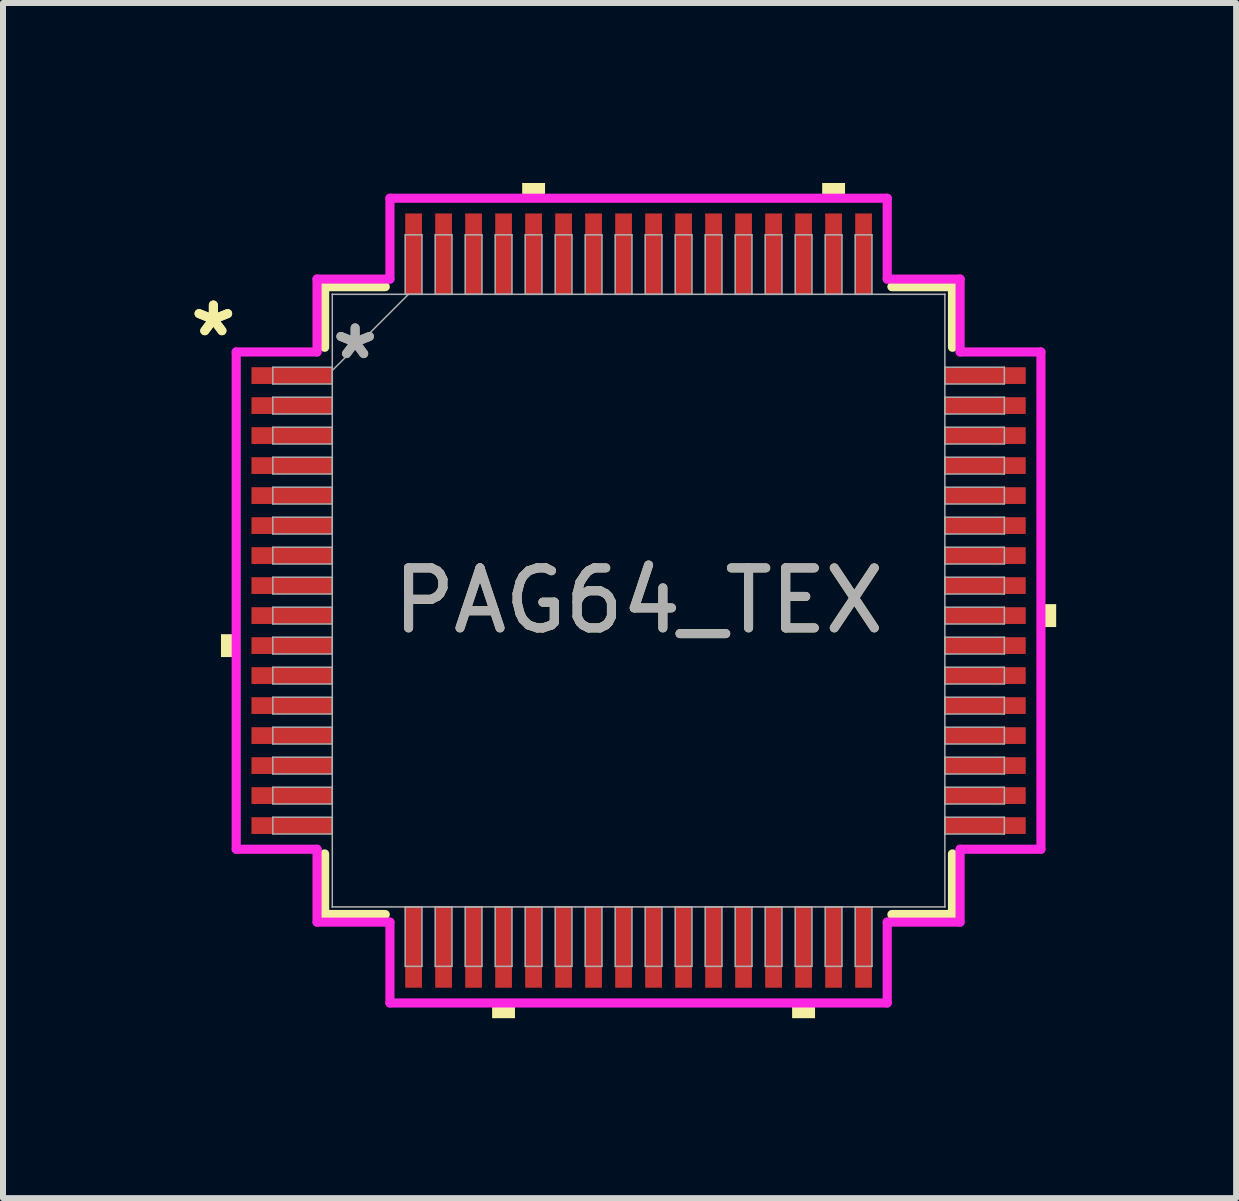
<source format=kicad_pcb>
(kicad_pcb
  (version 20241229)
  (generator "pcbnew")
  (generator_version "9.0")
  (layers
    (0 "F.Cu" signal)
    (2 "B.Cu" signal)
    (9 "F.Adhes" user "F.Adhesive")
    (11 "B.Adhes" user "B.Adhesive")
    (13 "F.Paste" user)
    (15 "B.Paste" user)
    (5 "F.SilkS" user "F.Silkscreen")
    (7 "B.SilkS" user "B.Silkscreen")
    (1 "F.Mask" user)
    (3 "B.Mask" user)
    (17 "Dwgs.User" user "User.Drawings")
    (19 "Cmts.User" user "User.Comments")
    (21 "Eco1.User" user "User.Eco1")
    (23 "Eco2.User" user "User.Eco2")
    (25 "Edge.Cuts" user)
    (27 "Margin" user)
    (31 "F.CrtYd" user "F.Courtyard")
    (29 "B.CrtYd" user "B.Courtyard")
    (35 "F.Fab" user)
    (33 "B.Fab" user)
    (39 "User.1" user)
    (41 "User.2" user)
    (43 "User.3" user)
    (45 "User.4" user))
  (footprint "PAG64_TEX"
    (layer "F.Cu")
    (at 7.593 6.96)
    (property "Reference" "PAG64_TEX" (at 0 0 0) (unlocked yes) (layer "F.SilkS") (effects (font (size 1 1) (thickness 0.15))))
    (attr smd)
    (fp_line (start -5.232 -5.232) (end -5.232 -4.222) (stroke (width 0.152) (type solid)) (layer "F.SilkS"))
    (fp_line (start -5.232 4.222) (end -5.232 5.232) (stroke (width 0.152) (type solid)) (layer "F.SilkS"))
    (fp_line (start -5.232 5.232) (end -4.222 5.232) (stroke (width 0.152) (type solid)) (layer "F.SilkS"))
    (fp_line (start -4.222 -5.232) (end -5.232 -5.232) (stroke (width 0.152) (type solid)) (layer "F.SilkS"))
    (fp_line (start 4.222 5.232) (end 5.232 5.232) (stroke (width 0.152) (type solid)) (layer "F.SilkS"))
    (fp_line (start 5.232 -5.232) (end 4.222 -5.232) (stroke (width 0.152) (type solid)) (layer "F.SilkS"))
    (fp_line (start 5.232 -4.222) (end 5.232 -5.232) (stroke (width 0.152) (type solid)) (layer "F.SilkS"))
    (fp_line (start 5.232 5.232) (end 5.232 4.222) (stroke (width 0.152) (type solid)) (layer "F.SilkS"))
    (fp_poly (pts (xy -6.96 0.56) (xy -6.96 0.941) (xy -6.706 0.941) (xy -6.706 0.56)) (stroke (width 0) (type solid)) (fill yes) (layer "F.SilkS"))
    (fp_poly (pts (xy -2.441 6.706) (xy -2.441 6.96) (xy -2.06 6.96) (xy -2.06 6.706)) (stroke (width 0) (type solid)) (fill yes) (layer "F.SilkS"))
    (fp_poly (pts (xy -1.94 -6.706) (xy -1.94 -6.96) (xy -1.559 -6.96) (xy -1.559 -6.706)) (stroke (width 0) (type solid)) (fill yes) (layer "F.SilkS"))
    (fp_poly (pts (xy 2.559 6.706) (xy 2.559 6.96) (xy 2.941 6.96) (xy 2.941 6.706)) (stroke (width 0) (type solid)) (fill yes) (layer "F.SilkS"))
    (fp_poly (pts (xy 3.06 -6.706) (xy 3.06 -6.96) (xy 3.441 -6.96) (xy 3.441 -6.706)) (stroke (width 0) (type solid)) (fill yes) (layer "F.SilkS"))
    (fp_poly (pts (xy 6.96 0.059) (xy 6.96 0.441) (xy 6.706 0.441) (xy 6.706 0.059)) (stroke (width 0) (type solid)) (fill yes) (layer "F.SilkS"))
    (fp_line (start -6.706 -4.144) (end -5.359 -4.144) (stroke (width 0.152) (type solid)) (layer "F.CrtYd"))
    (fp_line (start -6.706 4.144) (end -6.706 -4.144) (stroke (width 0.152) (type solid)) (layer "F.CrtYd"))
    (fp_line (start -5.359 -5.359) (end -4.144 -5.359) (stroke (width 0.152) (type solid)) (layer "F.CrtYd"))
    (fp_line (start -5.359 -4.144) (end -5.359 -5.359) (stroke (width 0.152) (type solid)) (layer "F.CrtYd"))
    (fp_line (start -5.359 4.144) (end -6.706 4.144) (stroke (width 0.152) (type solid)) (layer "F.CrtYd"))
    (fp_line (start -5.359 5.359) (end -5.359 4.144) (stroke (width 0.152) (type solid)) (layer "F.CrtYd"))
    (fp_line (start -5.359 5.359) (end -4.144 5.359) (stroke (width 0.152) (type solid)) (layer "F.CrtYd"))
    (fp_line (start -4.144 -6.706) (end 4.144 -6.706) (stroke (width 0.152) (type solid)) (layer "F.CrtYd"))
    (fp_line (start -4.144 -5.359) (end -4.144 -6.706) (stroke (width 0.152) (type solid)) (layer "F.CrtYd"))
    (fp_line (start -4.144 5.359) (end -4.144 6.706) (stroke (width 0.152) (type solid)) (layer "F.CrtYd"))
    (fp_line (start -4.144 6.706) (end 4.144 6.706) (stroke (width 0.152) (type solid)) (layer "F.CrtYd"))
    (fp_line (start 4.144 -6.706) (end 4.144 -5.359) (stroke (width 0.152) (type solid)) (layer "F.CrtYd"))
    (fp_line (start 4.144 -5.359) (end 5.359 -5.359) (stroke (width 0.152) (type solid)) (layer "F.CrtYd"))
    (fp_line (start 4.144 5.359) (end 5.359 5.359) (stroke (width 0.152) (type solid)) (layer "F.CrtYd"))
    (fp_line (start 4.144 6.706) (end 4.144 5.359) (stroke (width 0.152) (type solid)) (layer "F.CrtYd"))
    (fp_line (start 5.359 -4.144) (end 5.359 -5.359) (stroke (width 0.152) (type solid)) (layer "F.CrtYd"))
    (fp_line (start 5.359 4.144) (end 6.706 4.144) (stroke (width 0.152) (type solid)) (layer "F.CrtYd"))
    (fp_line (start 5.359 5.359) (end 5.359 4.144) (stroke (width 0.152) (type solid)) (layer "F.CrtYd"))
    (fp_line (start 6.706 -4.144) (end 5.359 -4.144) (stroke (width 0.152) (type solid)) (layer "F.CrtYd"))
    (fp_line (start 6.706 4.144) (end 6.706 -4.144) (stroke (width 0.152) (type solid)) (layer "F.CrtYd"))
    (fp_line (start -6.096 -3.89) (end -6.096 -3.61) (stroke (width 0.025) (type solid)) (layer "F.Fab"))
    (fp_line (start -6.096 -3.61) (end -5.105 -3.61) (stroke (width 0.025) (type solid)) (layer "F.Fab"))
    (fp_line (start -6.096 -3.39) (end -6.096 -3.11) (stroke (width 0.025) (type solid)) (layer "F.Fab"))
    (fp_line (start -6.096 -3.11) (end -5.105 -3.11) (stroke (width 0.025) (type solid)) (layer "F.Fab"))
    (fp_line (start -6.096 -2.89) (end -6.096 -2.61) (stroke (width 0.025) (type solid)) (layer "F.Fab"))
    (fp_line (start -6.096 -2.61) (end -5.105 -2.61) (stroke (width 0.025) (type solid)) (layer "F.Fab"))
    (fp_line (start -6.096 -2.39) (end -6.096 -2.11) (stroke (width 0.025) (type solid)) (layer "F.Fab"))
    (fp_line (start -6.096 -2.11) (end -5.105 -2.11) (stroke (width 0.025) (type solid)) (layer "F.Fab"))
    (fp_line (start -6.096 -1.89) (end -6.096 -1.61) (stroke (width 0.025) (type solid)) (layer "F.Fab"))
    (fp_line (start -6.096 -1.61) (end -5.105 -1.61) (stroke (width 0.025) (type solid)) (layer "F.Fab"))
    (fp_line (start -6.096 -1.39) (end -6.096 -1.11) (stroke (width 0.025) (type solid)) (layer "F.Fab"))
    (fp_line (start -6.096 -1.11) (end -5.105 -1.11) (stroke (width 0.025) (type solid)) (layer "F.Fab"))
    (fp_line (start -6.096 -0.89) (end -6.096 -0.61) (stroke (width 0.025) (type solid)) (layer "F.Fab"))
    (fp_line (start -6.096 -0.61) (end -5.105 -0.61) (stroke (width 0.025) (type solid)) (layer "F.Fab"))
    (fp_line (start -6.096 -0.39) (end -6.096 -0.11) (stroke (width 0.025) (type solid)) (layer "F.Fab"))
    (fp_line (start -6.096 -0.11) (end -5.105 -0.11) (stroke (width 0.025) (type solid)) (layer "F.Fab"))
    (fp_line (start -6.096 0.11) (end -6.096 0.39) (stroke (width 0.025) (type solid)) (layer "F.Fab"))
    (fp_line (start -6.096 0.39) (end -5.105 0.39) (stroke (width 0.025) (type solid)) (layer "F.Fab"))
    (fp_line (start -6.096 0.61) (end -6.096 0.89) (stroke (width 0.025) (type solid)) (layer "F.Fab"))
    (fp_line (start -6.096 0.89) (end -5.105 0.89) (stroke (width 0.025) (type solid)) (layer "F.Fab"))
    (fp_line (start -6.096 1.11) (end -6.096 1.39) (stroke (width 0.025) (type solid)) (layer "F.Fab"))
    (fp_line (start -6.096 1.39) (end -5.105 1.39) (stroke (width 0.025) (type solid)) (layer "F.Fab"))
    (fp_line (start -6.096 1.61) (end -6.096 1.89) (stroke (width 0.025) (type solid)) (layer "F.Fab"))
    (fp_line (start -6.096 1.89) (end -5.105 1.89) (stroke (width 0.025) (type solid)) (layer "F.Fab"))
    (fp_line (start -6.096 2.11) (end -6.096 2.39) (stroke (width 0.025) (type solid)) (layer "F.Fab"))
    (fp_line (start -6.096 2.39) (end -5.105 2.39) (stroke (width 0.025) (type solid)) (layer "F.Fab"))
    (fp_line (start -6.096 2.61) (end -6.096 2.89) (stroke (width 0.025) (type solid)) (layer "F.Fab"))
    (fp_line (start -6.096 2.89) (end -5.105 2.89) (stroke (width 0.025) (type solid)) (layer "F.Fab"))
    (fp_line (start -6.096 3.11) (end -6.096 3.39) (stroke (width 0.025) (type solid)) (layer "F.Fab"))
    (fp_line (start -6.096 3.39) (end -5.105 3.39) (stroke (width 0.025) (type solid)) (layer "F.Fab"))
    (fp_line (start -6.096 3.61) (end -6.096 3.89) (stroke (width 0.025) (type solid)) (layer "F.Fab"))
    (fp_line (start -6.096 3.89) (end -5.105 3.89) (stroke (width 0.025) (type solid)) (layer "F.Fab"))
    (fp_line (start -5.105 -5.105) (end -5.105 -5.105) (stroke (width 0.025) (type solid)) (layer "F.Fab"))
    (fp_line (start -5.105 -5.105) (end -5.105 5.105) (stroke (width 0.025) (type solid)) (layer "F.Fab"))
    (fp_line (start -5.105 -3.89) (end -6.096 -3.89) (stroke (width 0.025) (type solid)) (layer "F.Fab"))
    (fp_line (start -5.105 -3.835) (end -3.835 -5.105) (stroke (width 0.025) (type solid)) (layer "F.Fab"))
    (fp_line (start -5.105 -3.61) (end -5.105 -3.89) (stroke (width 0.025) (type solid)) (layer "F.Fab"))
    (fp_line (start -5.105 -3.39) (end -6.096 -3.39) (stroke (width 0.025) (type solid)) (layer "F.Fab"))
    (fp_line (start -5.105 -3.11) (end -5.105 -3.39) (stroke (width 0.025) (type solid)) (layer "F.Fab"))
    (fp_line (start -5.105 -2.89) (end -6.096 -2.89) (stroke (width 0.025) (type solid)) (layer "F.Fab"))
    (fp_line (start -5.105 -2.61) (end -5.105 -2.89) (stroke (width 0.025) (type solid)) (layer "F.Fab"))
    (fp_line (start -5.105 -2.39) (end -6.096 -2.39) (stroke (width 0.025) (type solid)) (layer "F.Fab"))
    (fp_line (start -5.105 -2.11) (end -5.105 -2.39) (stroke (width 0.025) (type solid)) (layer "F.Fab"))
    (fp_line (start -5.105 -1.89) (end -6.096 -1.89) (stroke (width 0.025) (type solid)) (layer "F.Fab"))
    (fp_line (start -5.105 -1.61) (end -5.105 -1.89) (stroke (width 0.025) (type solid)) (layer "F.Fab"))
    (fp_line (start -5.105 -1.39) (end -6.096 -1.39) (stroke (width 0.025) (type solid)) (layer "F.Fab"))
    (fp_line (start -5.105 -1.11) (end -5.105 -1.39) (stroke (width 0.025) (type solid)) (layer "F.Fab"))
    (fp_line (start -5.105 -0.89) (end -6.096 -0.89) (stroke (width 0.025) (type solid)) (layer "F.Fab"))
    (fp_line (start -5.105 -0.61) (end -5.105 -0.89) (stroke (width 0.025) (type solid)) (layer "F.Fab"))
    (fp_line (start -5.105 -0.39) (end -6.096 -0.39) (stroke (width 0.025) (type solid)) (layer "F.Fab"))
    (fp_line (start -5.105 -0.11) (end -5.105 -0.39) (stroke (width 0.025) (type solid)) (layer "F.Fab"))
    (fp_line (start -5.105 0.11) (end -6.096 0.11) (stroke (width 0.025) (type solid)) (layer "F.Fab"))
    (fp_line (start -5.105 0.39) (end -5.105 0.11) (stroke (width 0.025) (type solid)) (layer "F.Fab"))
    (fp_line (start -5.105 0.61) (end -6.096 0.61) (stroke (width 0.025) (type solid)) (layer "F.Fab"))
    (fp_line (start -5.105 0.89) (end -5.105 0.61) (stroke (width 0.025) (type solid)) (layer "F.Fab"))
    (fp_line (start -5.105 1.11) (end -6.096 1.11) (stroke (width 0.025) (type solid)) (layer "F.Fab"))
    (fp_line (start -5.105 1.39) (end -5.105 1.11) (stroke (width 0.025) (type solid)) (layer "F.Fab"))
    (fp_line (start -5.105 1.61) (end -6.096 1.61) (stroke (width 0.025) (type solid)) (layer "F.Fab"))
    (fp_line (start -5.105 1.89) (end -5.105 1.61) (stroke (width 0.025) (type solid)) (layer "F.Fab"))
    (fp_line (start -5.105 2.11) (end -6.096 2.11) (stroke (width 0.025) (type solid)) (layer "F.Fab"))
    (fp_line (start -5.105 2.39) (end -5.105 2.11) (stroke (width 0.025) (type solid)) (layer "F.Fab"))
    (fp_line (start -5.105 2.61) (end -6.096 2.61) (stroke (width 0.025) (type solid)) (layer "F.Fab"))
    (fp_line (start -5.105 2.89) (end -5.105 2.61) (stroke (width 0.025) (type solid)) (layer "F.Fab"))
    (fp_line (start -5.105 3.11) (end -6.096 3.11) (stroke (width 0.025) (type solid)) (layer "F.Fab"))
    (fp_line (start -5.105 3.39) (end -5.105 3.11) (stroke (width 0.025) (type solid)) (layer "F.Fab"))
    (fp_line (start -5.105 3.61) (end -6.096 3.61) (stroke (width 0.025) (type solid)) (layer "F.Fab"))
    (fp_line (start -5.105 3.89) (end -5.105 3.61) (stroke (width 0.025) (type solid)) (layer "F.Fab"))
    (fp_line (start -5.105 5.105) (end -5.105 5.105) (stroke (width 0.025) (type solid)) (layer "F.Fab"))
    (fp_line (start -5.105 5.105) (end 5.105 5.105) (stroke (width 0.025) (type solid)) (layer "F.Fab"))
    (fp_line (start -3.89 -6.096) (end -3.89 -5.105) (stroke (width 0.025) (type solid)) (layer "F.Fab"))
    (fp_line (start -3.89 -5.105) (end -3.61 -5.105) (stroke (width 0.025) (type solid)) (layer "F.Fab"))
    (fp_line (start -3.89 5.105) (end -3.89 6.096) (stroke (width 0.025) (type solid)) (layer "F.Fab"))
    (fp_line (start -3.89 6.096) (end -3.61 6.096) (stroke (width 0.025) (type solid)) (layer "F.Fab"))
    (fp_line (start -3.61 -6.096) (end -3.89 -6.096) (stroke (width 0.025) (type solid)) (layer "F.Fab"))
    (fp_line (start -3.61 -5.105) (end -3.61 -6.096) (stroke (width 0.025) (type solid)) (layer "F.Fab"))
    (fp_line (start -3.61 5.105) (end -3.89 5.105) (stroke (width 0.025) (type solid)) (layer "F.Fab"))
    (fp_line (start -3.61 6.096) (end -3.61 5.105) (stroke (width 0.025) (type solid)) (layer "F.Fab"))
    (fp_line (start -3.39 -6.096) (end -3.39 -5.105) (stroke (width 0.025) (type solid)) (layer "F.Fab"))
    (fp_line (start -3.39 -5.105) (end -3.11 -5.105) (stroke (width 0.025) (type solid)) (layer "F.Fab"))
    (fp_line (start -3.39 5.105) (end -3.39 6.096) (stroke (width 0.025) (type solid)) (layer "F.Fab"))
    (fp_line (start -3.39 6.096) (end -3.11 6.096) (stroke (width 0.025) (type solid)) (layer "F.Fab"))
    (fp_line (start -3.11 -6.096) (end -3.39 -6.096) (stroke (width 0.025) (type solid)) (layer "F.Fab"))
    (fp_line (start -3.11 -5.105) (end -3.11 -6.096) (stroke (width 0.025) (type solid)) (layer "F.Fab"))
    (fp_line (start -3.11 5.105) (end -3.39 5.105) (stroke (width 0.025) (type solid)) (layer "F.Fab"))
    (fp_line (start -3.11 6.096) (end -3.11 5.105) (stroke (width 0.025) (type solid)) (layer "F.Fab"))
    (fp_line (start -2.89 -6.096) (end -2.89 -5.105) (stroke (width 0.025) (type solid)) (layer "F.Fab"))
    (fp_line (start -2.89 -5.105) (end -2.61 -5.105) (stroke (width 0.025) (type solid)) (layer "F.Fab"))
    (fp_line (start -2.89 5.105) (end -2.89 6.096) (stroke (width 0.025) (type solid)) (layer "F.Fab"))
    (fp_line (start -2.89 6.096) (end -2.61 6.096) (stroke (width 0.025) (type solid)) (layer "F.Fab"))
    (fp_line (start -2.61 -6.096) (end -2.89 -6.096) (stroke (width 0.025) (type solid)) (layer "F.Fab"))
    (fp_line (start -2.61 -5.105) (end -2.61 -6.096) (stroke (width 0.025) (type solid)) (layer "F.Fab"))
    (fp_line (start -2.61 5.105) (end -2.89 5.105) (stroke (width 0.025) (type solid)) (layer "F.Fab"))
    (fp_line (start -2.61 6.096) (end -2.61 5.105) (stroke (width 0.025) (type solid)) (layer "F.Fab"))
    (fp_line (start -2.39 -6.096) (end -2.39 -5.105) (stroke (width 0.025) (type solid)) (layer "F.Fab"))
    (fp_line (start -2.39 -5.105) (end -2.11 -5.105) (stroke (width 0.025) (type solid)) (layer "F.Fab"))
    (fp_line (start -2.39 5.105) (end -2.39 6.096) (stroke (width 0.025) (type solid)) (layer "F.Fab"))
    (fp_line (start -2.39 6.096) (end -2.11 6.096) (stroke (width 0.025) (type solid)) (layer "F.Fab"))
    (fp_line (start -2.11 -6.096) (end -2.39 -6.096) (stroke (width 0.025) (type solid)) (layer "F.Fab"))
    (fp_line (start -2.11 -5.105) (end -2.11 -6.096) (stroke (width 0.025) (type solid)) (layer "F.Fab"))
    (fp_line (start -2.11 5.105) (end -2.39 5.105) (stroke (width 0.025) (type solid)) (layer "F.Fab"))
    (fp_line (start -2.11 6.096) (end -2.11 5.105) (stroke (width 0.025) (type solid)) (layer "F.Fab"))
    (fp_line (start -1.89 -6.096) (end -1.89 -5.105) (stroke (width 0.025) (type solid)) (layer "F.Fab"))
    (fp_line (start -1.89 -5.105) (end -1.61 -5.105) (stroke (width 0.025) (type solid)) (layer "F.Fab"))
    (fp_line (start -1.89 5.105) (end -1.89 6.096) (stroke (width 0.025) (type solid)) (layer "F.Fab"))
    (fp_line (start -1.89 6.096) (end -1.61 6.096) (stroke (width 0.025) (type solid)) (layer "F.Fab"))
    (fp_line (start -1.61 -6.096) (end -1.89 -6.096) (stroke (width 0.025) (type solid)) (layer "F.Fab"))
    (fp_line (start -1.61 -5.105) (end -1.61 -6.096) (stroke (width 0.025) (type solid)) (layer "F.Fab"))
    (fp_line (start -1.61 5.105) (end -1.89 5.105) (stroke (width 0.025) (type solid)) (layer "F.Fab"))
    (fp_line (start -1.61 6.096) (end -1.61 5.105) (stroke (width 0.025) (type solid)) (layer "F.Fab"))
    (fp_line (start -1.39 -6.096) (end -1.39 -5.105) (stroke (width 0.025) (type solid)) (layer "F.Fab"))
    (fp_line (start -1.39 -5.105) (end -1.11 -5.105) (stroke (width 0.025) (type solid)) (layer "F.Fab"))
    (fp_line (start -1.39 5.105) (end -1.39 6.096) (stroke (width 0.025) (type solid)) (layer "F.Fab"))
    (fp_line (start -1.39 6.096) (end -1.11 6.096) (stroke (width 0.025) (type solid)) (layer "F.Fab"))
    (fp_line (start -1.11 -6.096) (end -1.39 -6.096) (stroke (width 0.025) (type solid)) (layer "F.Fab"))
    (fp_line (start -1.11 -5.105) (end -1.11 -6.096) (stroke (width 0.025) (type solid)) (layer "F.Fab"))
    (fp_line (start -1.11 5.105) (end -1.39 5.105) (stroke (width 0.025) (type solid)) (layer "F.Fab"))
    (fp_line (start -1.11 6.096) (end -1.11 5.105) (stroke (width 0.025) (type solid)) (layer "F.Fab"))
    (fp_line (start -0.89 -6.096) (end -0.89 -5.105) (stroke (width 0.025) (type solid)) (layer "F.Fab"))
    (fp_line (start -0.89 -5.105) (end -0.61 -5.105) (stroke (width 0.025) (type solid)) (layer "F.Fab"))
    (fp_line (start -0.89 5.105) (end -0.89 6.096) (stroke (width 0.025) (type solid)) (layer "F.Fab"))
    (fp_line (start -0.89 6.096) (end -0.61 6.096) (stroke (width 0.025) (type solid)) (layer "F.Fab"))
    (fp_line (start -0.61 -6.096) (end -0.89 -6.096) (stroke (width 0.025) (type solid)) (layer "F.Fab"))
    (fp_line (start -0.61 -5.105) (end -0.61 -6.096) (stroke (width 0.025) (type solid)) (layer "F.Fab"))
    (fp_line (start -0.61 5.105) (end -0.89 5.105) (stroke (width 0.025) (type solid)) (layer "F.Fab"))
    (fp_line (start -0.61 6.096) (end -0.61 5.105) (stroke (width 0.025) (type solid)) (layer "F.Fab"))
    (fp_line (start -0.39 -6.096) (end -0.39 -5.105) (stroke (width 0.025) (type solid)) (layer "F.Fab"))
    (fp_line (start -0.39 -5.105) (end -0.11 -5.105) (stroke (width 0.025) (type solid)) (layer "F.Fab"))
    (fp_line (start -0.39 5.105) (end -0.39 6.096) (stroke (width 0.025) (type solid)) (layer "F.Fab"))
    (fp_line (start -0.39 6.096) (end -0.11 6.096) (stroke (width 0.025) (type solid)) (layer "F.Fab"))
    (fp_line (start -0.11 -6.096) (end -0.39 -6.096) (stroke (width 0.025) (type solid)) (layer "F.Fab"))
    (fp_line (start -0.11 -5.105) (end -0.11 -6.096) (stroke (width 0.025) (type solid)) (layer "F.Fab"))
    (fp_line (start -0.11 5.105) (end -0.39 5.105) (stroke (width 0.025) (type solid)) (layer "F.Fab"))
    (fp_line (start -0.11 6.096) (end -0.11 5.105) (stroke (width 0.025) (type solid)) (layer "F.Fab"))
    (fp_line (start 0.11 -6.096) (end 0.11 -5.105) (stroke (width 0.025) (type solid)) (layer "F.Fab"))
    (fp_line (start 0.11 -5.105) (end 0.39 -5.105) (stroke (width 0.025) (type solid)) (layer "F.Fab"))
    (fp_line (start 0.11 5.105) (end 0.11 6.096) (stroke (width 0.025) (type solid)) (layer "F.Fab"))
    (fp_line (start 0.11 6.096) (end 0.39 6.096) (stroke (width 0.025) (type solid)) (layer "F.Fab"))
    (fp_line (start 0.39 -6.096) (end 0.11 -6.096) (stroke (width 0.025) (type solid)) (layer "F.Fab"))
    (fp_line (start 0.39 -5.105) (end 0.39 -6.096) (stroke (width 0.025) (type solid)) (layer "F.Fab"))
    (fp_line (start 0.39 5.105) (end 0.11 5.105) (stroke (width 0.025) (type solid)) (layer "F.Fab"))
    (fp_line (start 0.39 6.096) (end 0.39 5.105) (stroke (width 0.025) (type solid)) (layer "F.Fab"))
    (fp_line (start 0.61 -6.096) (end 0.61 -5.105) (stroke (width 0.025) (type solid)) (layer "F.Fab"))
    (fp_line (start 0.61 -5.105) (end 0.89 -5.105) (stroke (width 0.025) (type solid)) (layer "F.Fab"))
    (fp_line (start 0.61 5.105) (end 0.61 6.096) (stroke (width 0.025) (type solid)) (layer "F.Fab"))
    (fp_line (start 0.61 6.096) (end 0.89 6.096) (stroke (width 0.025) (type solid)) (layer "F.Fab"))
    (fp_line (start 0.89 -6.096) (end 0.61 -6.096) (stroke (width 0.025) (type solid)) (layer "F.Fab"))
    (fp_line (start 0.89 -5.105) (end 0.89 -6.096) (stroke (width 0.025) (type solid)) (layer "F.Fab"))
    (fp_line (start 0.89 5.105) (end 0.61 5.105) (stroke (width 0.025) (type solid)) (layer "F.Fab"))
    (fp_line (start 0.89 6.096) (end 0.89 5.105) (stroke (width 0.025) (type solid)) (layer "F.Fab"))
    (fp_line (start 1.11 -6.096) (end 1.11 -5.105) (stroke (width 0.025) (type solid)) (layer "F.Fab"))
    (fp_line (start 1.11 -5.105) (end 1.39 -5.105) (stroke (width 0.025) (type solid)) (layer "F.Fab"))
    (fp_line (start 1.11 5.105) (end 1.11 6.096) (stroke (width 0.025) (type solid)) (layer "F.Fab"))
    (fp_line (start 1.11 6.096) (end 1.39 6.096) (stroke (width 0.025) (type solid)) (layer "F.Fab"))
    (fp_line (start 1.39 -6.096) (end 1.11 -6.096) (stroke (width 0.025) (type solid)) (layer "F.Fab"))
    (fp_line (start 1.39 -5.105) (end 1.39 -6.096) (stroke (width 0.025) (type solid)) (layer "F.Fab"))
    (fp_line (start 1.39 5.105) (end 1.11 5.105) (stroke (width 0.025) (type solid)) (layer "F.Fab"))
    (fp_line (start 1.39 6.096) (end 1.39 5.105) (stroke (width 0.025) (type solid)) (layer "F.Fab"))
    (fp_line (start 1.61 -6.096) (end 1.61 -5.105) (stroke (width 0.025) (type solid)) (layer "F.Fab"))
    (fp_line (start 1.61 -5.105) (end 1.89 -5.105) (stroke (width 0.025) (type solid)) (layer "F.Fab"))
    (fp_line (start 1.61 5.105) (end 1.61 6.096) (stroke (width 0.025) (type solid)) (layer "F.Fab"))
    (fp_line (start 1.61 6.096) (end 1.89 6.096) (stroke (width 0.025) (type solid)) (layer "F.Fab"))
    (fp_line (start 1.89 -6.096) (end 1.61 -6.096) (stroke (width 0.025) (type solid)) (layer "F.Fab"))
    (fp_line (start 1.89 -5.105) (end 1.89 -6.096) (stroke (width 0.025) (type solid)) (layer "F.Fab"))
    (fp_line (start 1.89 5.105) (end 1.61 5.105) (stroke (width 0.025) (type solid)) (layer "F.Fab"))
    (fp_line (start 1.89 6.096) (end 1.89 5.105) (stroke (width 0.025) (type solid)) (layer "F.Fab"))
    (fp_line (start 2.11 -6.096) (end 2.11 -5.105) (stroke (width 0.025) (type solid)) (layer "F.Fab"))
    (fp_line (start 2.11 -5.105) (end 2.39 -5.105) (stroke (width 0.025) (type solid)) (layer "F.Fab"))
    (fp_line (start 2.11 5.105) (end 2.11 6.096) (stroke (width 0.025) (type solid)) (layer "F.Fab"))
    (fp_line (start 2.11 6.096) (end 2.39 6.096) (stroke (width 0.025) (type solid)) (layer "F.Fab"))
    (fp_line (start 2.39 -6.096) (end 2.11 -6.096) (stroke (width 0.025) (type solid)) (layer "F.Fab"))
    (fp_line (start 2.39 -5.105) (end 2.39 -6.096) (stroke (width 0.025) (type solid)) (layer "F.Fab"))
    (fp_line (start 2.39 5.105) (end 2.11 5.105) (stroke (width 0.025) (type solid)) (layer "F.Fab"))
    (fp_line (start 2.39 6.096) (end 2.39 5.105) (stroke (width 0.025) (type solid)) (layer "F.Fab"))
    (fp_line (start 2.61 -6.096) (end 2.61 -5.105) (stroke (width 0.025) (type solid)) (layer "F.Fab"))
    (fp_line (start 2.61 -5.105) (end 2.89 -5.105) (stroke (width 0.025) (type solid)) (layer "F.Fab"))
    (fp_line (start 2.61 5.105) (end 2.61 6.096) (stroke (width 0.025) (type solid)) (layer "F.Fab"))
    (fp_line (start 2.61 6.096) (end 2.89 6.096) (stroke (width 0.025) (type solid)) (layer "F.Fab"))
    (fp_line (start 2.89 -6.096) (end 2.61 -6.096) (stroke (width 0.025) (type solid)) (layer "F.Fab"))
    (fp_line (start 2.89 -5.105) (end 2.89 -6.096) (stroke (width 0.025) (type solid)) (layer "F.Fab"))
    (fp_line (start 2.89 5.105) (end 2.61 5.105) (stroke (width 0.025) (type solid)) (layer "F.Fab"))
    (fp_line (start 2.89 6.096) (end 2.89 5.105) (stroke (width 0.025) (type solid)) (layer "F.Fab"))
    (fp_line (start 3.11 -6.096) (end 3.11 -5.105) (stroke (width 0.025) (type solid)) (layer "F.Fab"))
    (fp_line (start 3.11 -5.105) (end 3.39 -5.105) (stroke (width 0.025) (type solid)) (layer "F.Fab"))
    (fp_line (start 3.11 5.105) (end 3.11 6.096) (stroke (width 0.025) (type solid)) (layer "F.Fab"))
    (fp_line (start 3.11 6.096) (end 3.39 6.096) (stroke (width 0.025) (type solid)) (layer "F.Fab"))
    (fp_line (start 3.39 -6.096) (end 3.11 -6.096) (stroke (width 0.025) (type solid)) (layer "F.Fab"))
    (fp_line (start 3.39 -5.105) (end 3.39 -6.096) (stroke (width 0.025) (type solid)) (layer "F.Fab"))
    (fp_line (start 3.39 5.105) (end 3.11 5.105) (stroke (width 0.025) (type solid)) (layer "F.Fab"))
    (fp_line (start 3.39 6.096) (end 3.39 5.105) (stroke (width 0.025) (type solid)) (layer "F.Fab"))
    (fp_line (start 3.61 -6.096) (end 3.61 -5.105) (stroke (width 0.025) (type solid)) (layer "F.Fab"))
    (fp_line (start 3.61 -5.105) (end 3.89 -5.105) (stroke (width 0.025) (type solid)) (layer "F.Fab"))
    (fp_line (start 3.61 5.105) (end 3.61 6.096) (stroke (width 0.025) (type solid)) (layer "F.Fab"))
    (fp_line (start 3.61 6.096) (end 3.89 6.096) (stroke (width 0.025) (type solid)) (layer "F.Fab"))
    (fp_line (start 3.89 -6.096) (end 3.61 -6.096) (stroke (width 0.025) (type solid)) (layer "F.Fab"))
    (fp_line (start 3.89 -5.105) (end 3.89 -6.096) (stroke (width 0.025) (type solid)) (layer "F.Fab"))
    (fp_line (start 3.89 5.105) (end 3.61 5.105) (stroke (width 0.025) (type solid)) (layer "F.Fab"))
    (fp_line (start 3.89 6.096) (end 3.89 5.105) (stroke (width 0.025) (type solid)) (layer "F.Fab"))
    (fp_line (start 5.105 -5.105) (end -5.105 -5.105) (stroke (width 0.025) (type solid)) (layer "F.Fab"))
    (fp_line (start 5.105 -5.105) (end 5.105 -5.105) (stroke (width 0.025) (type solid)) (layer "F.Fab"))
    (fp_line (start 5.105 -3.89) (end 5.105 -3.61) (stroke (width 0.025) (type solid)) (layer "F.Fab"))
    (fp_line (start 5.105 -3.61) (end 6.096 -3.61) (stroke (width 0.025) (type solid)) (layer "F.Fab"))
    (fp_line (start 5.105 -3.39) (end 5.105 -3.11) (stroke (width 0.025) (type solid)) (layer "F.Fab"))
    (fp_line (start 5.105 -3.11) (end 6.096 -3.11) (stroke (width 0.025) (type solid)) (layer "F.Fab"))
    (fp_line (start 5.105 -2.89) (end 5.105 -2.61) (stroke (width 0.025) (type solid)) (layer "F.Fab"))
    (fp_line (start 5.105 -2.61) (end 6.096 -2.61) (stroke (width 0.025) (type solid)) (layer "F.Fab"))
    (fp_line (start 5.105 -2.39) (end 5.105 -2.11) (stroke (width 0.025) (type solid)) (layer "F.Fab"))
    (fp_line (start 5.105 -2.11) (end 6.096 -2.11) (stroke (width 0.025) (type solid)) (layer "F.Fab"))
    (fp_line (start 5.105 -1.89) (end 5.105 -1.61) (stroke (width 0.025) (type solid)) (layer "F.Fab"))
    (fp_line (start 5.105 -1.61) (end 6.096 -1.61) (stroke (width 0.025) (type solid)) (layer "F.Fab"))
    (fp_line (start 5.105 -1.39) (end 5.105 -1.11) (stroke (width 0.025) (type solid)) (layer "F.Fab"))
    (fp_line (start 5.105 -1.11) (end 6.096 -1.11) (stroke (width 0.025) (type solid)) (layer "F.Fab"))
    (fp_line (start 5.105 -0.89) (end 5.105 -0.61) (stroke (width 0.025) (type solid)) (layer "F.Fab"))
    (fp_line (start 5.105 -0.61) (end 6.096 -0.61) (stroke (width 0.025) (type solid)) (layer "F.Fab"))
    (fp_line (start 5.105 -0.39) (end 5.105 -0.11) (stroke (width 0.025) (type solid)) (layer "F.Fab"))
    (fp_line (start 5.105 -0.11) (end 6.096 -0.11) (stroke (width 0.025) (type solid)) (layer "F.Fab"))
    (fp_line (start 5.105 0.11) (end 5.105 0.39) (stroke (width 0.025) (type solid)) (layer "F.Fab"))
    (fp_line (start 5.105 0.39) (end 6.096 0.39) (stroke (width 0.025) (type solid)) (layer "F.Fab"))
    (fp_line (start 5.105 0.61) (end 5.105 0.89) (stroke (width 0.025) (type solid)) (layer "F.Fab"))
    (fp_line (start 5.105 0.89) (end 6.096 0.89) (stroke (width 0.025) (type solid)) (layer "F.Fab"))
    (fp_line (start 5.105 1.11) (end 5.105 1.39) (stroke (width 0.025) (type solid)) (layer "F.Fab"))
    (fp_line (start 5.105 1.39) (end 6.096 1.39) (stroke (width 0.025) (type solid)) (layer "F.Fab"))
    (fp_line (start 5.105 1.61) (end 5.105 1.89) (stroke (width 0.025) (type solid)) (layer "F.Fab"))
    (fp_line (start 5.105 1.89) (end 6.096 1.89) (stroke (width 0.025) (type solid)) (layer "F.Fab"))
    (fp_line (start 5.105 2.11) (end 5.105 2.39) (stroke (width 0.025) (type solid)) (layer "F.Fab"))
    (fp_line (start 5.105 2.39) (end 6.096 2.39) (stroke (width 0.025) (type solid)) (layer "F.Fab"))
    (fp_line (start 5.105 2.61) (end 5.105 2.89) (stroke (width 0.025) (type solid)) (layer "F.Fab"))
    (fp_line (start 5.105 2.89) (end 6.096 2.89) (stroke (width 0.025) (type solid)) (layer "F.Fab"))
    (fp_line (start 5.105 3.11) (end 5.105 3.39) (stroke (width 0.025) (type solid)) (layer "F.Fab"))
    (fp_line (start 5.105 3.39) (end 6.096 3.39) (stroke (width 0.025) (type solid)) (layer "F.Fab"))
    (fp_line (start 5.105 3.61) (end 5.105 3.89) (stroke (width 0.025) (type solid)) (layer "F.Fab"))
    (fp_line (start 5.105 3.89) (end 6.096 3.89) (stroke (width 0.025) (type solid)) (layer "F.Fab"))
    (fp_line (start 5.105 5.105) (end 5.105 -5.105) (stroke (width 0.025) (type solid)) (layer "F.Fab"))
    (fp_line (start 5.105 5.105) (end 5.105 5.105) (stroke (width 0.025) (type solid)) (layer "F.Fab"))
    (fp_line (start 6.096 -3.89) (end 5.105 -3.89) (stroke (width 0.025) (type solid)) (layer "F.Fab"))
    (fp_line (start 6.096 -3.61) (end 6.096 -3.89) (stroke (width 0.025) (type solid)) (layer "F.Fab"))
    (fp_line (start 6.096 -3.39) (end 5.105 -3.39) (stroke (width 0.025) (type solid)) (layer "F.Fab"))
    (fp_line (start 6.096 -3.11) (end 6.096 -3.39) (stroke (width 0.025) (type solid)) (layer "F.Fab"))
    (fp_line (start 6.096 -2.89) (end 5.105 -2.89) (stroke (width 0.025) (type solid)) (layer "F.Fab"))
    (fp_line (start 6.096 -2.61) (end 6.096 -2.89) (stroke (width 0.025) (type solid)) (layer "F.Fab"))
    (fp_line (start 6.096 -2.39) (end 5.105 -2.39) (stroke (width 0.025) (type solid)) (layer "F.Fab"))
    (fp_line (start 6.096 -2.11) (end 6.096 -2.39) (stroke (width 0.025) (type solid)) (layer "F.Fab"))
    (fp_line (start 6.096 -1.89) (end 5.105 -1.89) (stroke (width 0.025) (type solid)) (layer "F.Fab"))
    (fp_line (start 6.096 -1.61) (end 6.096 -1.89) (stroke (width 0.025) (type solid)) (layer "F.Fab"))
    (fp_line (start 6.096 -1.39) (end 5.105 -1.39) (stroke (width 0.025) (type solid)) (layer "F.Fab"))
    (fp_line (start 6.096 -1.11) (end 6.096 -1.39) (stroke (width 0.025) (type solid)) (layer "F.Fab"))
    (fp_line (start 6.096 -0.89) (end 5.105 -0.89) (stroke (width 0.025) (type solid)) (layer "F.Fab"))
    (fp_line (start 6.096 -0.61) (end 6.096 -0.89) (stroke (width 0.025) (type solid)) (layer "F.Fab"))
    (fp_line (start 6.096 -0.39) (end 5.105 -0.39) (stroke (width 0.025) (type solid)) (layer "F.Fab"))
    (fp_line (start 6.096 -0.11) (end 6.096 -0.39) (stroke (width 0.025) (type solid)) (layer "F.Fab"))
    (fp_line (start 6.096 0.11) (end 5.105 0.11) (stroke (width 0.025) (type solid)) (layer "F.Fab"))
    (fp_line (start 6.096 0.39) (end 6.096 0.11) (stroke (width 0.025) (type solid)) (layer "F.Fab"))
    (fp_line (start 6.096 0.61) (end 5.105 0.61) (stroke (width 0.025) (type solid)) (layer "F.Fab"))
    (fp_line (start 6.096 0.89) (end 6.096 0.61) (stroke (width 0.025) (type solid)) (layer "F.Fab"))
    (fp_line (start 6.096 1.11) (end 5.105 1.11) (stroke (width 0.025) (type solid)) (layer "F.Fab"))
    (fp_line (start 6.096 1.39) (end 6.096 1.11) (stroke (width 0.025) (type solid)) (layer "F.Fab"))
    (fp_line (start 6.096 1.61) (end 5.105 1.61) (stroke (width 0.025) (type solid)) (layer "F.Fab"))
    (fp_line (start 6.096 1.89) (end 6.096 1.61) (stroke (width 0.025) (type solid)) (layer "F.Fab"))
    (fp_line (start 6.096 2.11) (end 5.105 2.11) (stroke (width 0.025) (type solid)) (layer "F.Fab"))
    (fp_line (start 6.096 2.39) (end 6.096 2.11) (stroke (width 0.025) (type solid)) (layer "F.Fab"))
    (fp_line (start 6.096 2.61) (end 5.105 2.61) (stroke (width 0.025) (type solid)) (layer "F.Fab"))
    (fp_line (start 6.096 2.89) (end 6.096 2.61) (stroke (width 0.025) (type solid)) (layer "F.Fab"))
    (fp_line (start 6.096 3.11) (end 5.105 3.11) (stroke (width 0.025) (type solid)) (layer "F.Fab"))
    (fp_line (start 6.096 3.39) (end 6.096 3.11) (stroke (width 0.025) (type solid)) (layer "F.Fab"))
    (fp_line (start 6.096 3.61) (end 5.105 3.61) (stroke (width 0.025) (type solid)) (layer "F.Fab"))
    (fp_line (start 6.096 3.89) (end 6.096 3.61) (stroke (width 0.025) (type solid)) (layer "F.Fab"))
    (fp_text user "*" (at -7.087 -4.381 0) (unlocked yes) (layer "F.SilkS") (effects (font (size 1 1) (thickness 0.15))))
    (fp_text user "*" (at -7.087 -4.381 0) (layer "F.SilkS") (effects (font (size 1 1) (thickness 0.15))))
    (fp_text user "*" (at -4.724 -4 0) (layer "F.Fab") (effects (font (size 1 1) (thickness 0.15))))
    (fp_text user "${REFERENCE}" (at 0 0 0) (unlocked yes) (layer "F.Fab") (effects (font (size 1 1) (thickness 0.15))))
    (fp_text user "*" (at -4.724 -4 0) (unlocked yes) (layer "F.Fab") (effects (font (size 1 1) (thickness 0.15))))
    (pad "1" smd rect (at -5.779 -3.75 90) (size 0.279 1.346) (layers "F.Cu" "F.Mask" "F.Paste"))
    (pad "2" smd rect (at -5.779 -3.25 90) (size 0.279 1.346) (layers "F.Cu" "F.Mask" "F.Paste"))
    (pad "3" smd rect (at -5.779 -2.75 90) (size 0.279 1.346) (layers "F.Cu" "F.Mask" "F.Paste"))
    (pad "4" smd rect (at -5.779 -2.25 90) (size 0.279 1.346) (layers "F.Cu" "F.Mask" "F.Paste"))
    (pad "5" smd rect (at -5.779 -1.75 90) (size 0.279 1.346) (layers "F.Cu" "F.Mask" "F.Paste"))
    (pad "6" smd rect (at -5.779 -1.25 90) (size 0.279 1.346) (layers "F.Cu" "F.Mask" "F.Paste"))
    (pad "7" smd rect (at -5.779 -0.75 90) (size 0.279 1.346) (layers "F.Cu" "F.Mask" "F.Paste"))
    (pad "8" smd rect (at -5.779 -0.25 90) (size 0.279 1.346) (layers "F.Cu" "F.Mask" "F.Paste"))
    (pad "9" smd rect (at -5.779 0.25 90) (size 0.279 1.346) (layers "F.Cu" "F.Mask" "F.Paste"))
    (pad "10" smd rect (at -5.779 0.75 90) (size 0.279 1.346) (layers "F.Cu" "F.Mask" "F.Paste"))
    (pad "11" smd rect (at -5.779 1.25 90) (size 0.279 1.346) (layers "F.Cu" "F.Mask" "F.Paste"))
    (pad "12" smd rect (at -5.779 1.75 90) (size 0.279 1.346) (layers "F.Cu" "F.Mask" "F.Paste"))
    (pad "13" smd rect (at -5.779 2.25 90) (size 0.279 1.346) (layers "F.Cu" "F.Mask" "F.Paste"))
    (pad "14" smd rect (at -5.779 2.75 90) (size 0.279 1.346) (layers "F.Cu" "F.Mask" "F.Paste"))
    (pad "15" smd rect (at -5.779 3.25 90) (size 0.279 1.346) (layers "F.Cu" "F.Mask" "F.Paste"))
    (pad "16" smd rect (at -5.779 3.75 90) (size 0.279 1.346) (layers "F.Cu" "F.Mask" "F.Paste"))
    (pad "17" smd rect (at -3.75 5.779) (size 0.279 1.346) (layers "F.Cu" "F.Mask" "F.Paste"))
    (pad "18" smd rect (at -3.25 5.779) (size 0.279 1.346) (layers "F.Cu" "F.Mask" "F.Paste"))
    (pad "19" smd rect (at -2.75 5.779) (size 0.279 1.346) (layers "F.Cu" "F.Mask" "F.Paste"))
    (pad "20" smd rect (at -2.25 5.779) (size 0.279 1.346) (layers "F.Cu" "F.Mask" "F.Paste"))
    (pad "21" smd rect (at -1.75 5.779) (size 0.279 1.346) (layers "F.Cu" "F.Mask" "F.Paste"))
    (pad "22" smd rect (at -1.25 5.779) (size 0.279 1.346) (layers "F.Cu" "F.Mask" "F.Paste"))
    (pad "23" smd rect (at -0.75 5.779) (size 0.279 1.346) (layers "F.Cu" "F.Mask" "F.Paste"))
    (pad "24" smd rect (at -0.25 5.779) (size 0.279 1.346) (layers "F.Cu" "F.Mask" "F.Paste"))
    (pad "25" smd rect (at 0.25 5.779) (size 0.279 1.346) (layers "F.Cu" "F.Mask" "F.Paste"))
    (pad "26" smd rect (at 0.75 5.779) (size 0.279 1.346) (layers "F.Cu" "F.Mask" "F.Paste"))
    (pad "27" smd rect (at 1.25 5.779) (size 0.279 1.346) (layers "F.Cu" "F.Mask" "F.Paste"))
    (pad "28" smd rect (at 1.75 5.779) (size 0.279 1.346) (layers "F.Cu" "F.Mask" "F.Paste"))
    (pad "29" smd rect (at 2.25 5.779) (size 0.279 1.346) (layers "F.Cu" "F.Mask" "F.Paste"))
    (pad "30" smd rect (at 2.75 5.779) (size 0.279 1.346) (layers "F.Cu" "F.Mask" "F.Paste"))
    (pad "31" smd rect (at 3.25 5.779) (size 0.279 1.346) (layers "F.Cu" "F.Mask" "F.Paste"))
    (pad "32" smd rect (at 3.75 5.779) (size 0.279 1.346) (layers "F.Cu" "F.Mask" "F.Paste"))
    (pad "33" smd rect (at 5.779 3.75 90) (size 0.279 1.346) (layers "F.Cu" "F.Mask" "F.Paste"))
    (pad "34" smd rect (at 5.779 3.25 90) (size 0.279 1.346) (layers "F.Cu" "F.Mask" "F.Paste"))
    (pad "35" smd rect (at 5.779 2.75 90) (size 0.279 1.346) (layers "F.Cu" "F.Mask" "F.Paste"))
    (pad "36" smd rect (at 5.779 2.25 90) (size 0.279 1.346) (layers "F.Cu" "F.Mask" "F.Paste"))
    (pad "37" smd rect (at 5.779 1.75 90) (size 0.279 1.346) (layers "F.Cu" "F.Mask" "F.Paste"))
    (pad "38" smd rect (at 5.779 1.25 90) (size 0.279 1.346) (layers "F.Cu" "F.Mask" "F.Paste"))
    (pad "39" smd rect (at 5.779 0.75 90) (size 0.279 1.346) (layers "F.Cu" "F.Mask" "F.Paste"))
    (pad "40" smd rect (at 5.779 0.25 90) (size 0.279 1.346) (layers "F.Cu" "F.Mask" "F.Paste"))
    (pad "41" smd rect (at 5.779 -0.25 90) (size 0.279 1.346) (layers "F.Cu" "F.Mask" "F.Paste"))
    (pad "42" smd rect (at 5.779 -0.75 90) (size 0.279 1.346) (layers "F.Cu" "F.Mask" "F.Paste"))
    (pad "43" smd rect (at 5.779 -1.25 90) (size 0.279 1.346) (layers "F.Cu" "F.Mask" "F.Paste"))
    (pad "44" smd rect (at 5.779 -1.75 90) (size 0.279 1.346) (layers "F.Cu" "F.Mask" "F.Paste"))
    (pad "45" smd rect (at 5.779 -2.25 90) (size 0.279 1.346) (layers "F.Cu" "F.Mask" "F.Paste"))
    (pad "46" smd rect (at 5.779 -2.75 90) (size 0.279 1.346) (layers "F.Cu" "F.Mask" "F.Paste"))
    (pad "47" smd rect (at 5.779 -3.25 90) (size 0.279 1.346) (layers "F.Cu" "F.Mask" "F.Paste"))
    (pad "48" smd rect (at 5.779 -3.75 90) (size 0.279 1.346) (layers "F.Cu" "F.Mask" "F.Paste"))
    (pad "49" smd rect (at 3.75 -5.779) (size 0.279 1.346) (layers "F.Cu" "F.Mask" "F.Paste"))
    (pad "50" smd rect (at 3.25 -5.779) (size 0.279 1.346) (layers "F.Cu" "F.Mask" "F.Paste"))
    (pad "51" smd rect (at 2.75 -5.779) (size 0.279 1.346) (layers "F.Cu" "F.Mask" "F.Paste"))
    (pad "52" smd rect (at 2.25 -5.779) (size 0.279 1.346) (layers "F.Cu" "F.Mask" "F.Paste"))
    (pad "53" smd rect (at 1.75 -5.779) (size 0.279 1.346) (layers "F.Cu" "F.Mask" "F.Paste"))
    (pad "54" smd rect (at 1.25 -5.779) (size 0.279 1.346) (layers "F.Cu" "F.Mask" "F.Paste"))
    (pad "55" smd rect (at 0.75 -5.779) (size 0.279 1.346) (layers "F.Cu" "F.Mask" "F.Paste"))
    (pad "56" smd rect (at 0.25 -5.779) (size 0.279 1.346) (layers "F.Cu" "F.Mask" "F.Paste"))
    (pad "57" smd rect (at -0.25 -5.779) (size 0.279 1.346) (layers "F.Cu" "F.Mask" "F.Paste"))
    (pad "58" smd rect (at -0.75 -5.779) (size 0.279 1.346) (layers "F.Cu" "F.Mask" "F.Paste"))
    (pad "59" smd rect (at -1.25 -5.779) (size 0.279 1.346) (layers "F.Cu" "F.Mask" "F.Paste"))
    (pad "60" smd rect (at -1.75 -5.779) (size 0.279 1.346) (layers "F.Cu" "F.Mask" "F.Paste"))
    (pad "61" smd rect (at -2.25 -5.779) (size 0.279 1.346) (layers "F.Cu" "F.Mask" "F.Paste"))
    (pad "62" smd rect (at -2.75 -5.779) (size 0.279 1.346) (layers "F.Cu" "F.Mask" "F.Paste"))
    (pad "63" smd rect (at -3.25 -5.779) (size 0.279 1.346) (layers "F.Cu" "F.Mask" "F.Paste"))
    (pad "64" smd rect (at -3.75 -5.779) (size 0.279 1.346) (layers "F.Cu" "F.Mask" "F.Paste")))
  (gr_rect
    (start -3 -3)
    (end 17.552 16.919)
    (stroke (width 0.1) (type default))
    (fill no)
    (layer "Edge.Cuts")))
</source>
